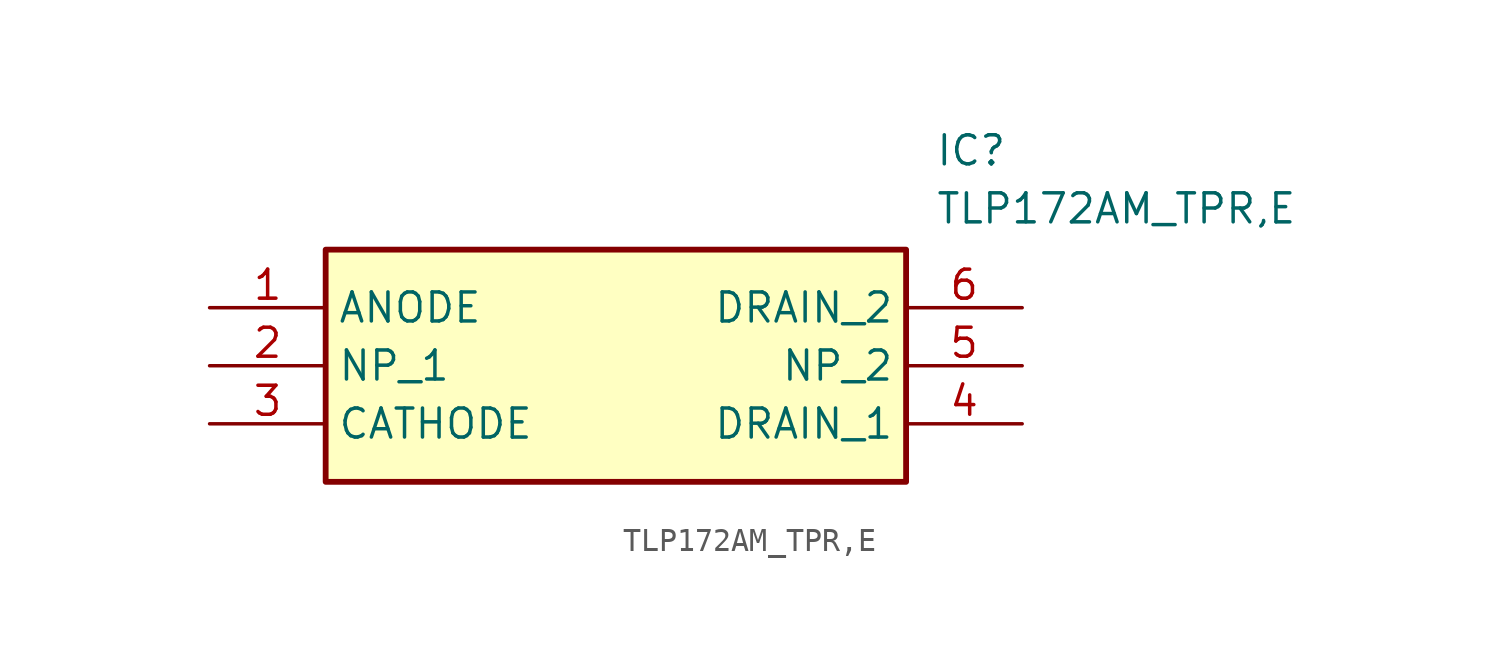
<source format=kicad_sym>
(kicad_symbol_lib
  (version 20211014)
  (generator SamacSys_ECAD_Model)
  (symbol "TLP172AM_TPR,E"
    (property "Reference" "IC"
      (at 31.75 7.62 0)
      (effects (font (size 1.27 1.27)) (justify left top)))
    (property "Value" "TLP172AM_TPR,E"
      (at 31.75 5.08 0)
      (effects (font (size 1.27 1.27)) (justify left top)))
    (rectangle
      (start 5.08 2.54)
      (end 30.48 -7.62)
      (stroke (width 0.254) (type default))
      (fill (type background)))
    (pin passive line
      (at 0 0 0)
      (length 5.08)
      (name "ANODE" (effects (font (size 1.27 1.27))))
      (number "1" (effects (font (size 1.27 1.27)))))
    (pin passive line
      (at 0 -2.54 0)
      (length 5.08)
      (name "NP_1" (effects (font (size 1.27 1.27))))
      (number "2" (effects (font (size 1.27 1.27)))))
    (pin passive line
      (at 0 -5.08 0)
      (length 5.08)
      (name "CATHODE" (effects (font (size 1.27 1.27))))
      (number "3" (effects (font (size 1.27 1.27)))))
    (pin passive line
      (at 35.56 0 180)
      (length 5.08)
      (name "DRAIN_2" (effects (font (size 1.27 1.27))))
      (number "6" (effects (font (size 1.27 1.27)))))
    (pin passive line
      (at 35.56 -2.54 180)
      (length 5.08)
      (name "NP_2" (effects (font (size 1.27 1.27))))
      (number "5" (effects (font (size 1.27 1.27)))))
    (pin passive line
      (at 35.56 -5.08 180)
      (length 5.08)
      (name "DRAIN_1" (effects (font (size 1.27 1.27))))
      (number "4" (effects (font (size 1.27 1.27)))))))
</source>
